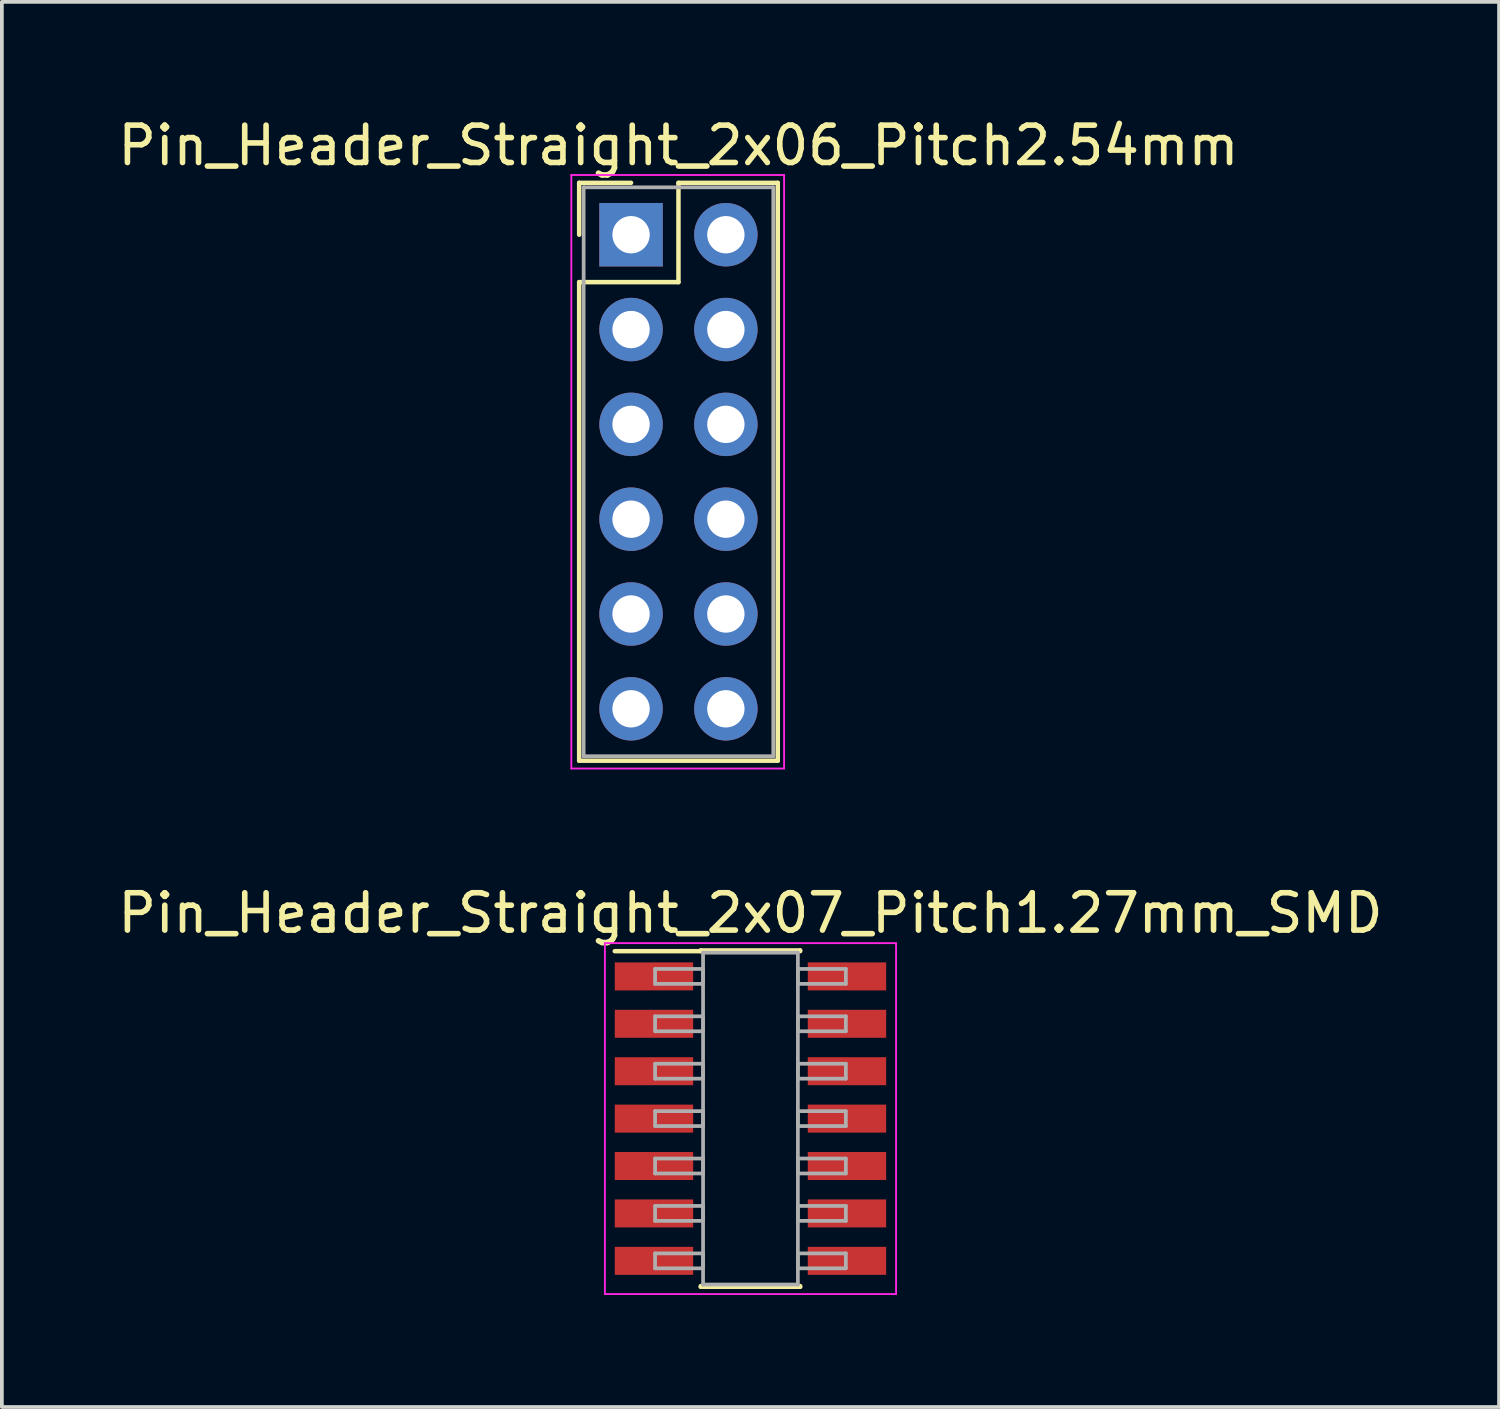
<source format=kicad_pcb>
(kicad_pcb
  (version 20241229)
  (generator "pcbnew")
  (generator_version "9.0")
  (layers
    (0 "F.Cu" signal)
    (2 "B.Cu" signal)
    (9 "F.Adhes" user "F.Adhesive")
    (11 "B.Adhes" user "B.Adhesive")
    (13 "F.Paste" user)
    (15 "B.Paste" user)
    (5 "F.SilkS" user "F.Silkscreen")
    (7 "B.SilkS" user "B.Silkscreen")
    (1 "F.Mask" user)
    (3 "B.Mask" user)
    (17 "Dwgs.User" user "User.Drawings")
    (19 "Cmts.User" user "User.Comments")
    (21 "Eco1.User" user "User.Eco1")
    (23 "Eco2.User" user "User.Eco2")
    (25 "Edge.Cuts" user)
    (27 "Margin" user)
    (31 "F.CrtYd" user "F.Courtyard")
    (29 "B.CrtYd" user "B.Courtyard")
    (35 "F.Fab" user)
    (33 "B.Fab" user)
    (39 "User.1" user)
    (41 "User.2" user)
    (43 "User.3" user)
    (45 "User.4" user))
  (footprint "Pin_Header_Straight_2x07_Pitch1.27mm_SMD"
    (layer "F.Cu")
    (at 17.054 26.916)
    (property "Reference" "Pin_Header_Straight_2x07_Pitch1.27mm_SMD" (at 0 -5.505 0) (layer "F.SilkS") (effects (font (size 1 1) (thickness 0.15))))
    (attr smd)
    (fp_line (start -3.635 -4.485) (end -1.33 -4.485) (stroke (width 0.12) (type solid)) (layer "F.SilkS"))
    (fp_line (start -1.33 -4.505) (end 1.33 -4.505) (stroke (width 0.12) (type solid)) (layer "F.SilkS"))
    (fp_line (start -1.33 -4.485) (end -1.33 -4.505) (stroke (width 0.12) (type solid)) (layer "F.SilkS"))
    (fp_line (start -1.33 4.485) (end -1.33 4.505) (stroke (width 0.12) (type solid)) (layer "F.SilkS"))
    (fp_line (start -1.33 4.505) (end 1.33 4.505) (stroke (width 0.12) (type solid)) (layer "F.SilkS"))
    (fp_line (start 1.33 -4.505) (end 1.33 -4.485) (stroke (width 0.12) (type solid)) (layer "F.SilkS"))
    (fp_line (start 1.33 4.505) (end 1.33 4.485) (stroke (width 0.12) (type solid)) (layer "F.SilkS"))
    (fp_line (start -3.9 -4.7) (end -3.9 4.7) (stroke (width 0.05) (type solid)) (layer "F.CrtYd"))
    (fp_line (start -3.9 4.7) (end 3.9 4.7) (stroke (width 0.05) (type solid)) (layer "F.CrtYd"))
    (fp_line (start 3.9 -4.7) (end -3.9 -4.7) (stroke (width 0.05) (type solid)) (layer "F.CrtYd"))
    (fp_line (start 3.9 4.7) (end 3.9 -4.7) (stroke (width 0.05) (type solid)) (layer "F.CrtYd"))
    (fp_line (start -2.555 -4.01) (end -1.27 -4.01) (stroke (width 0.1) (type solid)) (layer "F.Fab"))
    (fp_line (start -2.555 -3.61) (end -2.555 -4.01) (stroke (width 0.1) (type solid)) (layer "F.Fab"))
    (fp_line (start -2.555 -2.74) (end -1.27 -2.74) (stroke (width 0.1) (type solid)) (layer "F.Fab"))
    (fp_line (start -2.555 -2.34) (end -2.555 -2.74) (stroke (width 0.1) (type solid)) (layer "F.Fab"))
    (fp_line (start -2.555 -1.47) (end -1.27 -1.47) (stroke (width 0.1) (type solid)) (layer "F.Fab"))
    (fp_line (start -2.555 -1.07) (end -2.555 -1.47) (stroke (width 0.1) (type solid)) (layer "F.Fab"))
    (fp_line (start -2.555 -0.2) (end -1.27 -0.2) (stroke (width 0.1) (type solid)) (layer "F.Fab"))
    (fp_line (start -2.555 0.2) (end -2.555 -0.2) (stroke (width 0.1) (type solid)) (layer "F.Fab"))
    (fp_line (start -2.555 1.07) (end -1.27 1.07) (stroke (width 0.1) (type solid)) (layer "F.Fab"))
    (fp_line (start -2.555 1.47) (end -2.555 1.07) (stroke (width 0.1) (type solid)) (layer "F.Fab"))
    (fp_line (start -2.555 2.34) (end -1.27 2.34) (stroke (width 0.1) (type solid)) (layer "F.Fab"))
    (fp_line (start -2.555 2.74) (end -2.555 2.34) (stroke (width 0.1) (type solid)) (layer "F.Fab"))
    (fp_line (start -2.555 3.61) (end -1.27 3.61) (stroke (width 0.1) (type solid)) (layer "F.Fab"))
    (fp_line (start -2.555 4.01) (end -2.555 3.61) (stroke (width 0.1) (type solid)) (layer "F.Fab"))
    (fp_line (start -1.27 -4.445) (end -1.27 4.445) (stroke (width 0.1) (type solid)) (layer "F.Fab"))
    (fp_line (start -1.27 -4.01) (end -1.27 -3.61) (stroke (width 0.1) (type solid)) (layer "F.Fab"))
    (fp_line (start -1.27 -3.61) (end -2.555 -3.61) (stroke (width 0.1) (type solid)) (layer "F.Fab"))
    (fp_line (start -1.27 -2.74) (end -1.27 -2.34) (stroke (width 0.1) (type solid)) (layer "F.Fab"))
    (fp_line (start -1.27 -2.34) (end -2.555 -2.34) (stroke (width 0.1) (type solid)) (layer "F.Fab"))
    (fp_line (start -1.27 -1.47) (end -1.27 -1.07) (stroke (width 0.1) (type solid)) (layer "F.Fab"))
    (fp_line (start -1.27 -1.07) (end -2.555 -1.07) (stroke (width 0.1) (type solid)) (layer "F.Fab"))
    (fp_line (start -1.27 -0.2) (end -1.27 0.2) (stroke (width 0.1) (type solid)) (layer "F.Fab"))
    (fp_line (start -1.27 0.2) (end -2.555 0.2) (stroke (width 0.1) (type solid)) (layer "F.Fab"))
    (fp_line (start -1.27 1.07) (end -1.27 1.47) (stroke (width 0.1) (type solid)) (layer "F.Fab"))
    (fp_line (start -1.27 1.47) (end -2.555 1.47) (stroke (width 0.1) (type solid)) (layer "F.Fab"))
    (fp_line (start -1.27 2.34) (end -1.27 2.74) (stroke (width 0.1) (type solid)) (layer "F.Fab"))
    (fp_line (start -1.27 2.74) (end -2.555 2.74) (stroke (width 0.1) (type solid)) (layer "F.Fab"))
    (fp_line (start -1.27 3.61) (end -1.27 4.01) (stroke (width 0.1) (type solid)) (layer "F.Fab"))
    (fp_line (start -1.27 4.01) (end -2.555 4.01) (stroke (width 0.1) (type solid)) (layer "F.Fab"))
    (fp_line (start -1.27 4.445) (end 1.27 4.445) (stroke (width 0.1) (type solid)) (layer "F.Fab"))
    (fp_line (start 1.27 -4.445) (end -1.27 -4.445) (stroke (width 0.1) (type solid)) (layer "F.Fab"))
    (fp_line (start 1.27 -4.01) (end 1.27 -3.61) (stroke (width 0.1) (type solid)) (layer "F.Fab"))
    (fp_line (start 1.27 -3.61) (end 2.555 -3.61) (stroke (width 0.1) (type solid)) (layer "F.Fab"))
    (fp_line (start 1.27 -2.74) (end 1.27 -2.34) (stroke (width 0.1) (type solid)) (layer "F.Fab"))
    (fp_line (start 1.27 -2.34) (end 2.555 -2.34) (stroke (width 0.1) (type solid)) (layer "F.Fab"))
    (fp_line (start 1.27 -1.47) (end 1.27 -1.07) (stroke (width 0.1) (type solid)) (layer "F.Fab"))
    (fp_line (start 1.27 -1.07) (end 2.555 -1.07) (stroke (width 0.1) (type solid)) (layer "F.Fab"))
    (fp_line (start 1.27 -0.2) (end 1.27 0.2) (stroke (width 0.1) (type solid)) (layer "F.Fab"))
    (fp_line (start 1.27 0.2) (end 2.555 0.2) (stroke (width 0.1) (type solid)) (layer "F.Fab"))
    (fp_line (start 1.27 1.07) (end 1.27 1.47) (stroke (width 0.1) (type solid)) (layer "F.Fab"))
    (fp_line (start 1.27 1.47) (end 2.555 1.47) (stroke (width 0.1) (type solid)) (layer "F.Fab"))
    (fp_line (start 1.27 2.34) (end 1.27 2.74) (stroke (width 0.1) (type solid)) (layer "F.Fab"))
    (fp_line (start 1.27 2.74) (end 2.555 2.74) (stroke (width 0.1) (type solid)) (layer "F.Fab"))
    (fp_line (start 1.27 3.61) (end 1.27 4.01) (stroke (width 0.1) (type solid)) (layer "F.Fab"))
    (fp_line (start 1.27 4.01) (end 2.555 4.01) (stroke (width 0.1) (type solid)) (layer "F.Fab"))
    (fp_line (start 1.27 4.445) (end 1.27 -4.445) (stroke (width 0.1) (type solid)) (layer "F.Fab"))
    (fp_line (start 2.555 -4.01) (end 1.27 -4.01) (stroke (width 0.1) (type solid)) (layer "F.Fab"))
    (fp_line (start 2.555 -3.61) (end 2.555 -4.01) (stroke (width 0.1) (type solid)) (layer "F.Fab"))
    (fp_line (start 2.555 -2.74) (end 1.27 -2.74) (stroke (width 0.1) (type solid)) (layer "F.Fab"))
    (fp_line (start 2.555 -2.34) (end 2.555 -2.74) (stroke (width 0.1) (type solid)) (layer "F.Fab"))
    (fp_line (start 2.555 -1.47) (end 1.27 -1.47) (stroke (width 0.1) (type solid)) (layer "F.Fab"))
    (fp_line (start 2.555 -1.07) (end 2.555 -1.47) (stroke (width 0.1) (type solid)) (layer "F.Fab"))
    (fp_line (start 2.555 -0.2) (end 1.27 -0.2) (stroke (width 0.1) (type solid)) (layer "F.Fab"))
    (fp_line (start 2.555 0.2) (end 2.555 -0.2) (stroke (width 0.1) (type solid)) (layer "F.Fab"))
    (fp_line (start 2.555 1.07) (end 1.27 1.07) (stroke (width 0.1) (type solid)) (layer "F.Fab"))
    (fp_line (start 2.555 1.47) (end 2.555 1.07) (stroke (width 0.1) (type solid)) (layer "F.Fab"))
    (fp_line (start 2.555 2.34) (end 1.27 2.34) (stroke (width 0.1) (type solid)) (layer "F.Fab"))
    (fp_line (start 2.555 2.74) (end 2.555 2.34) (stroke (width 0.1) (type solid)) (layer "F.Fab"))
    (fp_line (start 2.555 3.61) (end 1.27 3.61) (stroke (width 0.1) (type solid)) (layer "F.Fab"))
    (fp_line (start 2.555 4.01) (end 2.555 3.61) (stroke (width 0.1) (type solid)) (layer "F.Fab"))
    (pad "1" smd rect (at -2.585 -3.81) (size 2.1 0.75) (layers "F.Cu" "F.Mask"))
    (pad "2" smd rect (at 2.585 -3.81) (size 2.1 0.75) (layers "F.Cu" "F.Mask"))
    (pad "3" smd rect (at -2.585 -2.54) (size 2.1 0.75) (layers "F.Cu" "F.Mask"))
    (pad "4" smd rect (at 2.585 -2.54) (size 2.1 0.75) (layers "F.Cu" "F.Mask"))
    (pad "5" smd rect (at -2.585 -1.27) (size 2.1 0.75) (layers "F.Cu" "F.Mask"))
    (pad "6" smd rect (at 2.585 -1.27) (size 2.1 0.75) (layers "F.Cu" "F.Mask"))
    (pad "7" smd rect (at -2.585 0) (size 2.1 0.75) (layers "F.Cu" "F.Mask"))
    (pad "8" smd rect (at 2.585 0) (size 2.1 0.75) (layers "F.Cu" "F.Mask"))
    (pad "9" smd rect (at -2.585 1.27) (size 2.1 0.75) (layers "F.Cu" "F.Mask"))
    (pad "10" smd rect (at 2.585 1.27) (size 2.1 0.75) (layers "F.Cu" "F.Mask"))
    (pad "11" smd rect (at -2.585 2.54) (size 2.1 0.75) (layers "F.Cu" "F.Mask"))
    (pad "12" smd rect (at 2.585 2.54) (size 2.1 0.75) (layers "F.Cu" "F.Mask"))
    (pad "13" smd rect (at -2.585 3.81) (size 2.1 0.75) (layers "F.Cu" "F.Mask"))
    (pad "14" smd rect (at 2.585 3.81) (size 2.1 0.75) (layers "F.Cu" "F.Mask")))
  (footprint "Pin_Header_Straight_2x06_Pitch2.54mm"
    (layer "F.Cu")
    (at 13.855 3.238)
    (property "Reference" "Pin_Header_Straight_2x06_Pitch2.54mm" (at 1.27 -2.39 0) (layer "F.SilkS") (effects (font (size 1 1) (thickness 0.15))))
    (attr through_hole)
    (fp_line (start -1.39 -1.39) (end 0 -1.39) (stroke (width 0.12) (type solid)) (layer "F.SilkS"))
    (fp_line (start -1.39 0) (end -1.39 -1.39) (stroke (width 0.12) (type solid)) (layer "F.SilkS"))
    (fp_line (start -1.39 1.27) (end -1.39 14.09) (stroke (width 0.12) (type solid)) (layer "F.SilkS"))
    (fp_line (start -1.39 14.09) (end 3.93 14.09) (stroke (width 0.12) (type solid)) (layer "F.SilkS"))
    (fp_line (start 1.27 -1.39) (end 1.27 1.27) (stroke (width 0.12) (type solid)) (layer "F.SilkS"))
    (fp_line (start 1.27 1.27) (end -1.39 1.27) (stroke (width 0.12) (type solid)) (layer "F.SilkS"))
    (fp_line (start 3.93 -1.39) (end 1.27 -1.39) (stroke (width 0.12) (type solid)) (layer "F.SilkS"))
    (fp_line (start 3.93 14.09) (end 3.93 -1.39) (stroke (width 0.12) (type solid)) (layer "F.SilkS"))
    (fp_line (start -1.6 -1.6) (end -1.6 14.3) (stroke (width 0.05) (type solid)) (layer "F.CrtYd"))
    (fp_line (start -1.6 14.3) (end 4.1 14.3) (stroke (width 0.05) (type solid)) (layer "F.CrtYd"))
    (fp_line (start 4.1 -1.6) (end -1.6 -1.6) (stroke (width 0.05) (type solid)) (layer "F.CrtYd"))
    (fp_line (start 4.1 14.3) (end 4.1 -1.6) (stroke (width 0.05) (type solid)) (layer "F.CrtYd"))
    (fp_line (start -1.27 -1.27) (end -1.27 13.97) (stroke (width 0.1) (type solid)) (layer "F.Fab"))
    (fp_line (start -1.27 13.97) (end 3.81 13.97) (stroke (width 0.1) (type solid)) (layer "F.Fab"))
    (fp_line (start 3.81 -1.27) (end -1.27 -1.27) (stroke (width 0.1) (type solid)) (layer "F.Fab"))
    (fp_line (start 3.81 13.97) (end 3.81 -1.27) (stroke (width 0.1) (type solid)) (layer "F.Fab"))
    (pad "1" thru_hole rect (at 0 0) (size 1.7 1.7) (drill 1) (layers "*.Cu" "*.Mask"))
    (pad "2" thru_hole oval (at 2.54 0) (size 1.7 1.7) (drill 1) (layers "*.Cu" "*.Mask"))
    (pad "3" thru_hole oval (at 0 2.54) (size 1.7 1.7) (drill 1) (layers "*.Cu" "*.Mask"))
    (pad "4" thru_hole oval (at 2.54 2.54) (size 1.7 1.7) (drill 1) (layers "*.Cu" "*.Mask"))
    (pad "5" thru_hole oval (at 0 5.08) (size 1.7 1.7) (drill 1) (layers "*.Cu" "*.Mask"))
    (pad "6" thru_hole oval (at 2.54 5.08) (size 1.7 1.7) (drill 1) (layers "*.Cu" "*.Mask"))
    (pad "7" thru_hole oval (at 0 7.62) (size 1.7 1.7) (drill 1) (layers "*.Cu" "*.Mask"))
    (pad "8" thru_hole oval (at 2.54 7.62) (size 1.7 1.7) (drill 1) (layers "*.Cu" "*.Mask"))
    (pad "9" thru_hole oval (at 0 10.16) (size 1.7 1.7) (drill 1) (layers "*.Cu" "*.Mask"))
    (pad "10" thru_hole oval (at 2.54 10.16) (size 1.7 1.7) (drill 1) (layers "*.Cu" "*.Mask"))
    (pad "11" thru_hole oval (at 0 12.7) (size 1.7 1.7) (drill 1) (layers "*.Cu" "*.Mask"))
    (pad "12" thru_hole oval (at 2.54 12.7) (size 1.7 1.7) (drill 1) (layers "*.Cu" "*.Mask")))
  (gr_rect
    (start -3 -3)
    (end 37.107 34.642)
    (stroke (width 0.1) (type default))
    (fill no)
    (layer "Edge.Cuts")))
</source>
